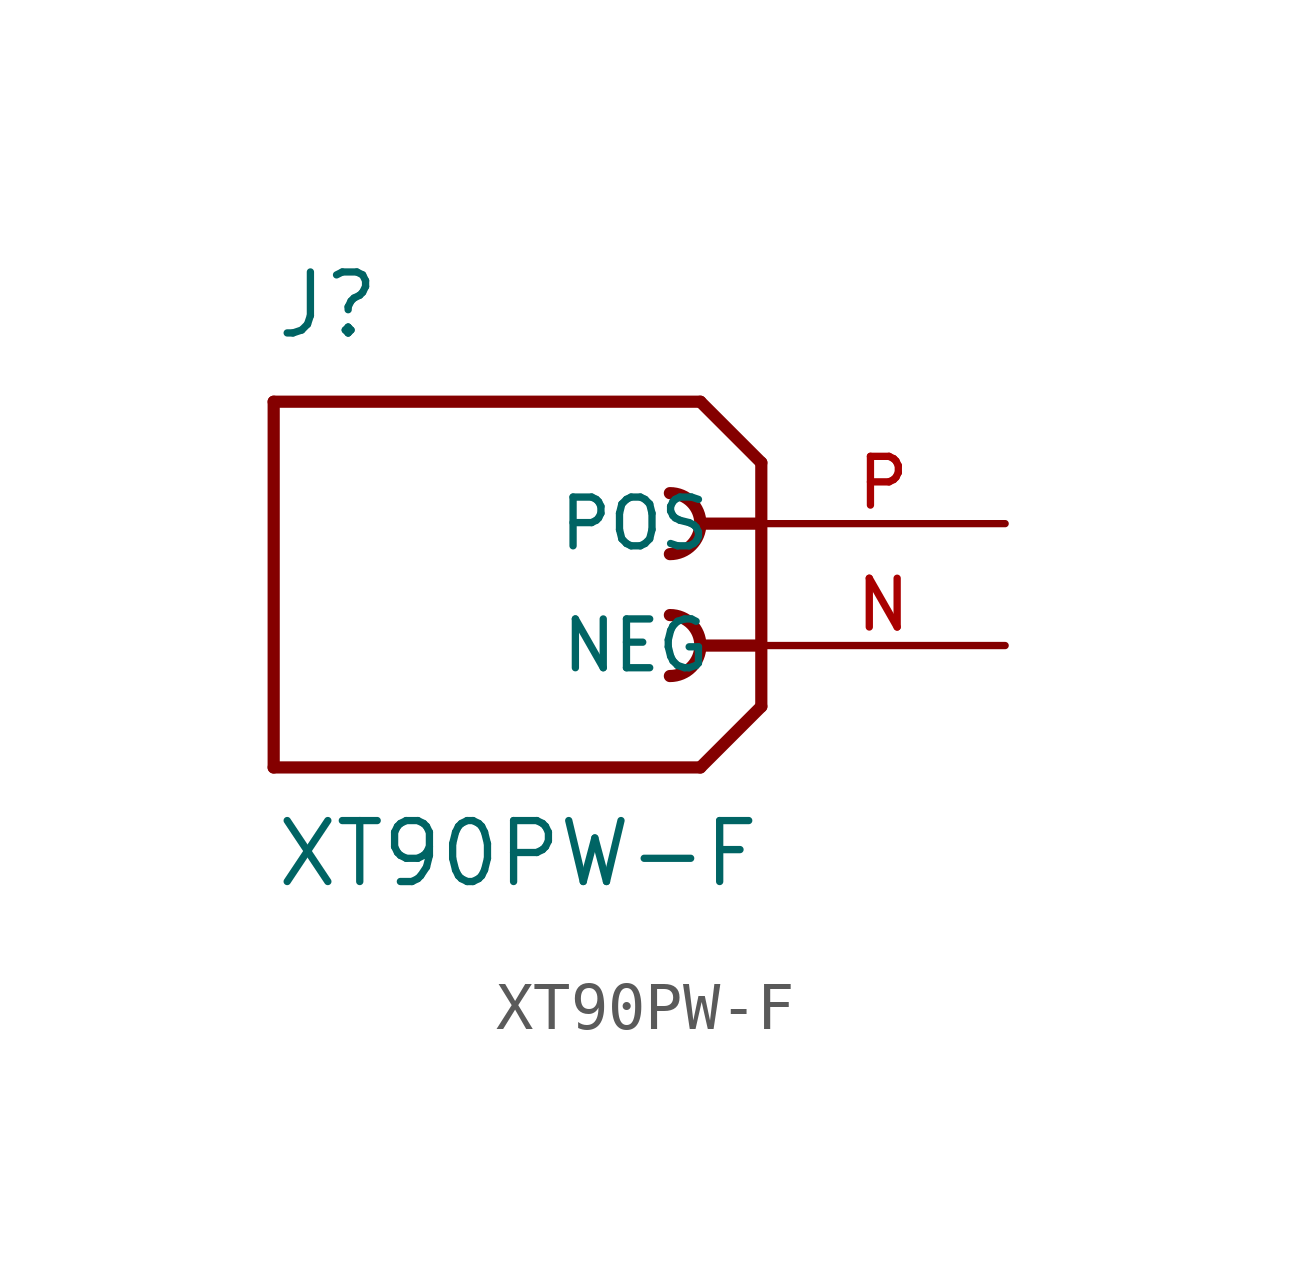
<source format=kicad_sym>
(kicad_symbol_lib
  (version 20211014)
  (generator kicad_symbol_editor)
  (symbol "XT90PW-F"
    (pin_names
      (offset 1.016))
    (property "Reference" "J"
      (at -10.16 3.81 0)
      (effects (font (size 1.27 1.27)) (justify bottom left)))
    (property "Value" "XT90PW-F"
      (at -10.16 -7.62 0)
      (effects (font (size 1.27 1.27)) (justify bottom left)))
    (symbol "XT90PW-F_0_0"
      (polyline (pts (xy 0.0 1.27) (xy -1.27 2.54)) (stroke (width 0.254)))
      (polyline (pts (xy 0.0 1.27) (xy 0.0 0.0)) (stroke (width 0.254)))
      (polyline (pts (xy 0.0 0.0) (xy 0.0 -3.81)) (stroke (width 0.254)))
      (polyline (pts (xy 0.0 -3.81) (xy -1.27 -5.08)) (stroke (width 0.254)))
      (polyline (pts (xy -1.27 -5.08) (xy -10.16 -5.08)) (stroke (width 0.254)))
      (polyline (pts (xy -10.16 -5.08) (xy -10.16 2.54)) (stroke (width 0.254)))
      (polyline (pts (xy -10.16 2.54) (xy -1.27 2.54)) (stroke (width 0.254)))
      (polyline (pts (xy 0.0 0.0) (xy -1.27 0.0)) (stroke (width 0.254)))
      (arc (start -1.905 -0.635) (mid -1.27 0.0) (end -1.905 0.635) (stroke (width 0.254) (type default) (color 0 0 0 0)) (fill (type none)))
      (polyline (pts (xy 0.0 -2.54) (xy -1.27 -2.54)) (stroke (width 0.254)))
      (arc (start -1.905 -3.175) (mid -1.27 -2.54) (end -1.905 -1.905) (stroke (width 0.254) (type default) (color 0 0 0 0)) (fill (type none)))
      (pin passive line (at 5.08 0.0 180.0) (length 5.08) (name "POS" (effects (font (size 1.016 1.016)))) (number "P" (effects (font (size 1.016 1.016)))))
      (pin passive line (at 5.08 -2.54 180.0) (length 5.08) (name "NEG" (effects (font (size 1.016 1.016)))) (number "N" (effects (font (size 1.016 1.016))))))))
</source>
